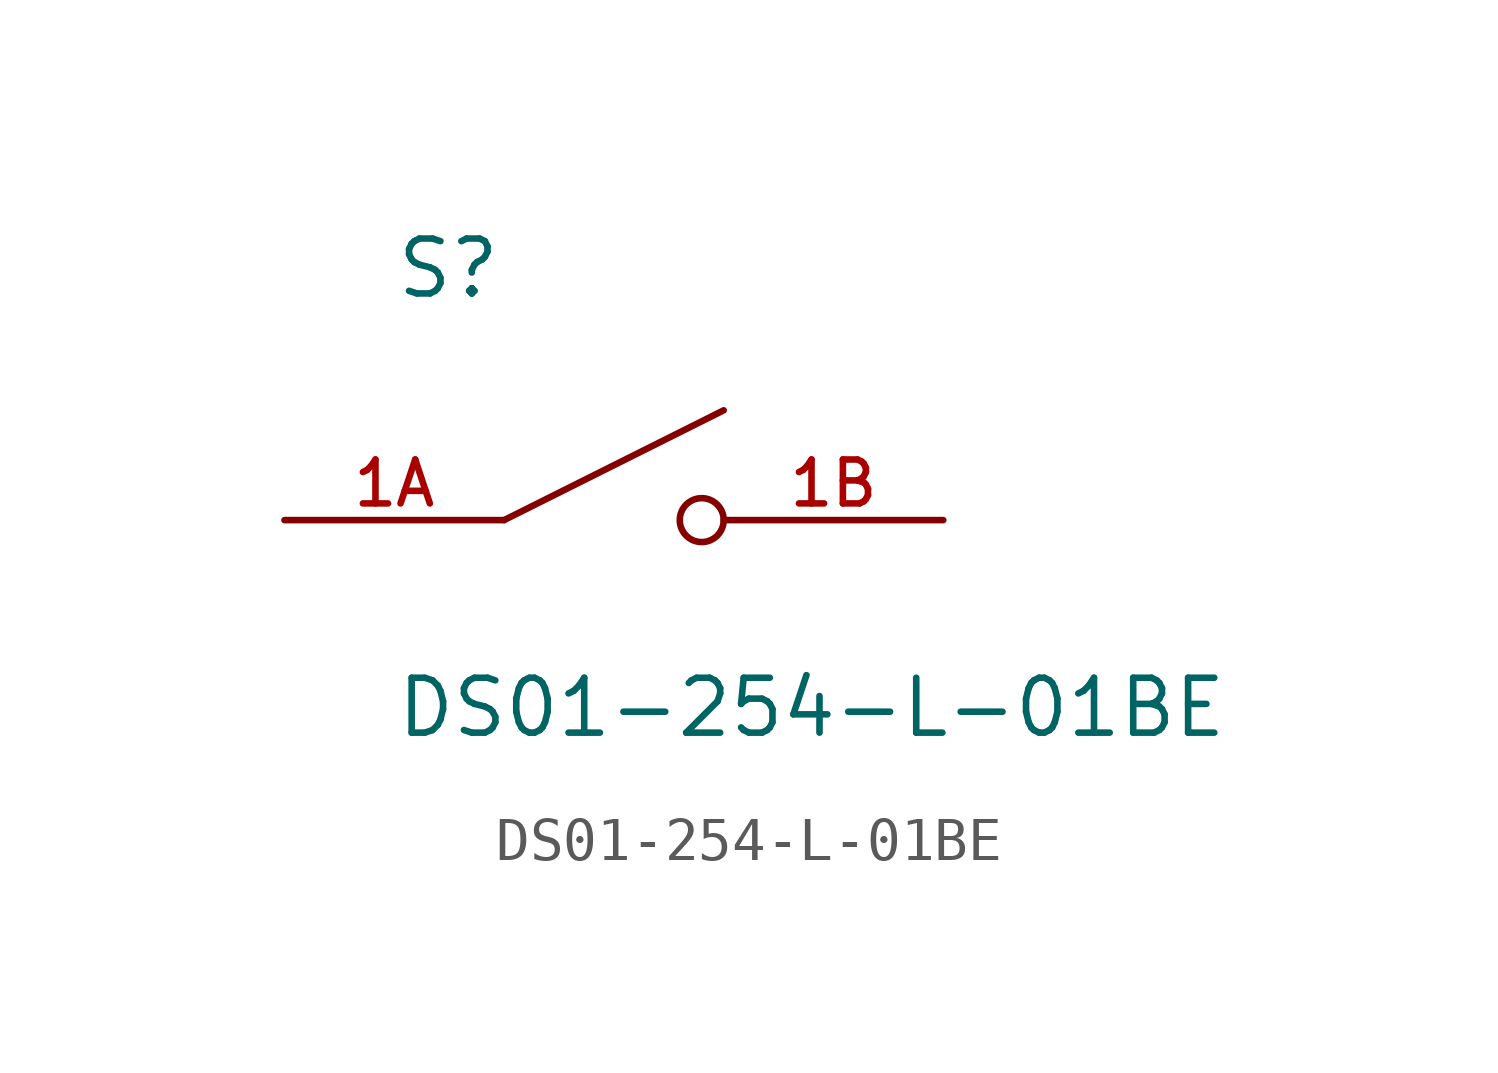
<source format=kicad_sym>
(kicad_symbol_lib
  (version 20211014)
  (generator kicad_symbol_editor)
  (symbol "DS01-254-L-01BE"
    (pin_names
      (offset 1.016))
    (property "Reference" "S"
      (at -5.08 5.08 0)
      (effects (font (size 1.27 1.27)) (justify bottom left)))
    (property "Value" "DS01-254-L-01BE"
      (at -5.08 -5.08 0)
      (effects (font (size 1.27 1.27)) (justify bottom left)))
    (symbol "DS01-254-L-01BE_0_0"
      (polyline (pts (xy -2.54 0.0) (xy 2.54 2.54)) (stroke (width 0.152)))
      (circle (center 2.032 0.0) (radius 0.508) (stroke (width 0.152)) (fill (type none)))
      (pin passive line (at -7.62 0.0 0) (length 5.08) (name "~" (effects (font (size 1.016 1.016)))) (number "1A" (effects (font (size 1.016 1.016)))))
      (pin passive line (at 7.62 0.0 180.0) (length 5.08) (name "~" (effects (font (size 1.016 1.016)))) (number "1B" (effects (font (size 1.016 1.016))))))))
</source>
